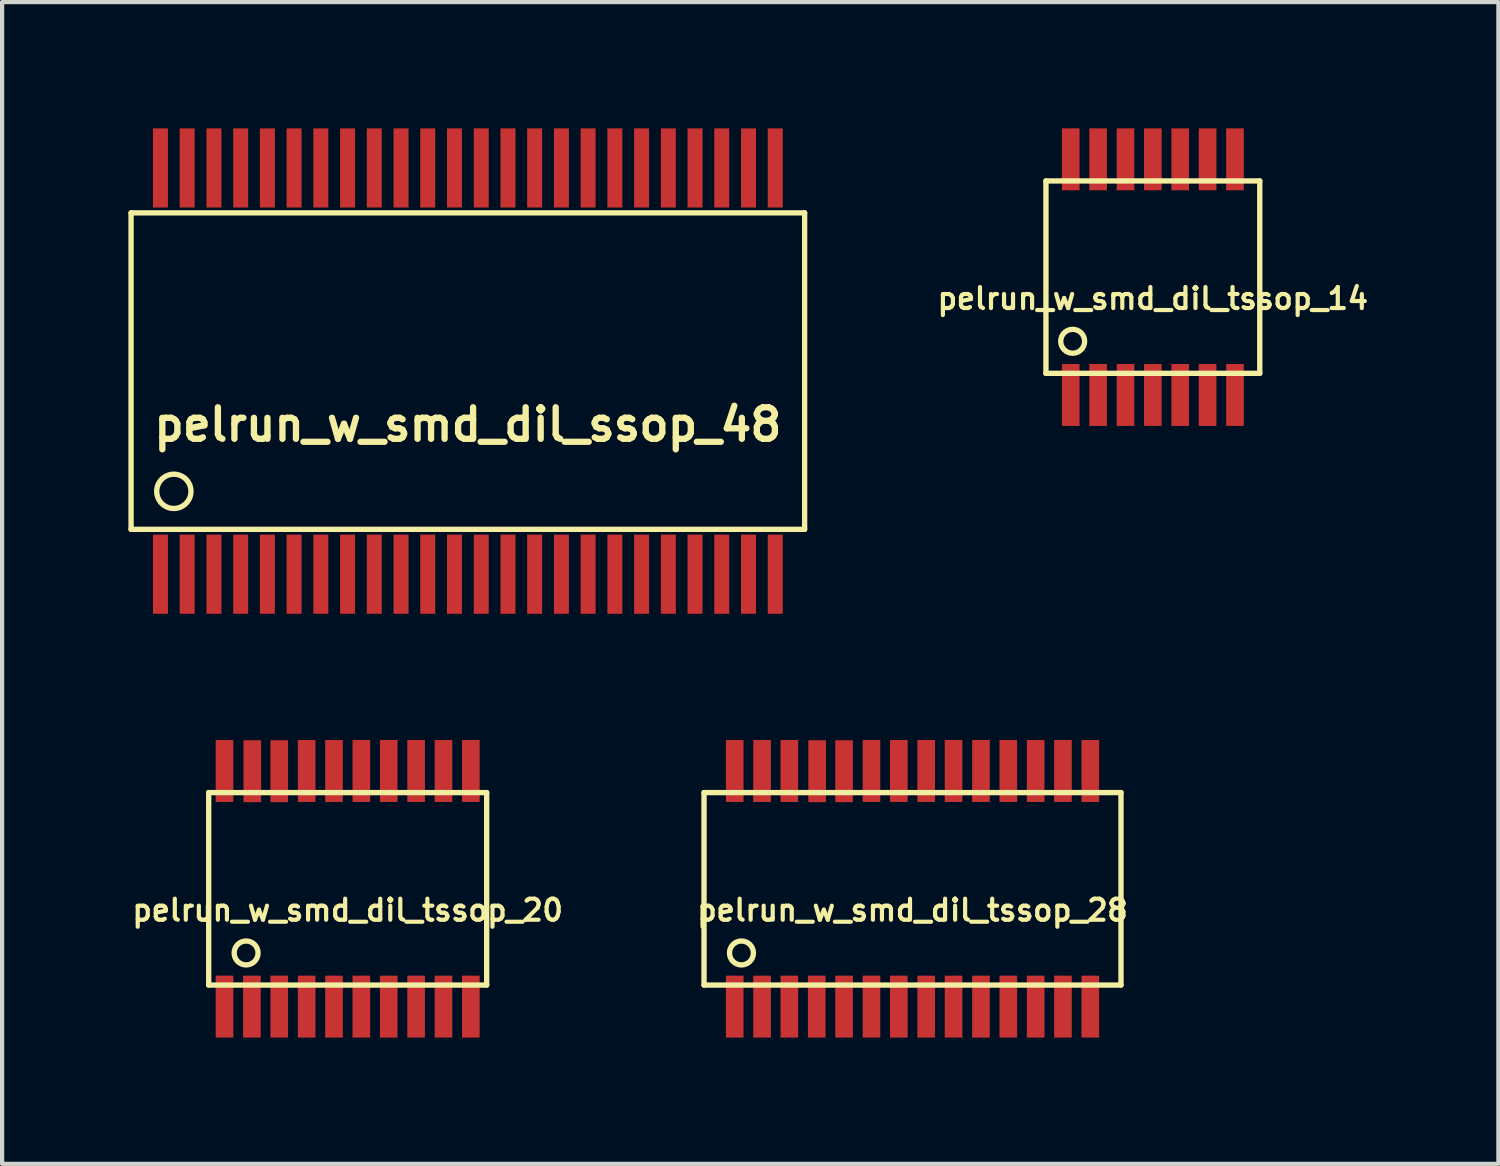
<source format=kicad_pcb>
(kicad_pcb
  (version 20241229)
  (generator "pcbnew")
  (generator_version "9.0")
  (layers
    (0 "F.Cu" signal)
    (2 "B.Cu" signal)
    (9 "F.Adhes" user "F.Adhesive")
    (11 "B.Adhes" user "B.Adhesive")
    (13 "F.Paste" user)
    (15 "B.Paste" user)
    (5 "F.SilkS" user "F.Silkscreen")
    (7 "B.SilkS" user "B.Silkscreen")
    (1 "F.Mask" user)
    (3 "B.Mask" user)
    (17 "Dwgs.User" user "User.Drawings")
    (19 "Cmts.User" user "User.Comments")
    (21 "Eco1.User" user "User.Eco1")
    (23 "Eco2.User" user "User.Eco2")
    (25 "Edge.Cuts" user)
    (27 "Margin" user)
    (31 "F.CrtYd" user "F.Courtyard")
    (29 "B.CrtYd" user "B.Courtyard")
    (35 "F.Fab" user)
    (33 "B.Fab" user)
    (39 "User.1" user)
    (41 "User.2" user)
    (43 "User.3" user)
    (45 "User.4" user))
  (footprint "pelrun_w_smd_dil_tssop_14"
    (layer "F.Cu")
    (at 24.339 3.534)
    (property "Reference" "pelrun_w_smd_dil_tssop_14" (at 0 0.508 0) (layer "F.SilkS") (effects (font (size 0.5 0.5) (thickness 0.099))))
    (attr through_hole)
    (fp_line (start -2.54 -2.286) (end -2.54 2.286) (stroke (width 0.127) (type solid)) (layer "F.SilkS"))
    (fp_line (start -2.54 2.286) (end 2.54 2.286) (stroke (width 0.127) (type solid)) (layer "F.SilkS"))
    (fp_line (start 2.54 -2.286) (end -2.54 -2.286) (stroke (width 0.127) (type solid)) (layer "F.SilkS"))
    (fp_line (start 2.54 2.286) (end 2.54 -2.286) (stroke (width 0.127) (type solid)) (layer "F.SilkS"))
    (fp_circle (center -1.905 1.524) (end -2.032 1.778) (stroke (width 0.127) (type solid)) (fill no) (layer "F.SilkS"))
    (pad "1" smd rect (at -1.951 2.799) (size 0.419 1.471) (layers "F.Cu" "F.Mask" "F.Paste"))
    (pad "2" smd rect (at -1.3 2.799) (size 0.419 1.471) (layers "F.Cu" "F.Mask" "F.Paste"))
    (pad "3" smd rect (at -0.65 2.799) (size 0.419 1.471) (layers "F.Cu" "F.Mask" "F.Paste"))
    (pad "4" smd rect (at 0 2.799) (size 0.419 1.471) (layers "F.Cu" "F.Mask" "F.Paste"))
    (pad "5" smd rect (at 0.65 2.799) (size 0.419 1.471) (layers "F.Cu" "F.Mask" "F.Paste"))
    (pad "6" smd rect (at 1.3 2.799) (size 0.419 1.471) (layers "F.Cu" "F.Mask" "F.Paste"))
    (pad "7" smd rect (at 1.951 2.799) (size 0.419 1.471) (layers "F.Cu" "F.Mask" "F.Paste"))
    (pad "8" smd rect (at 1.951 -2.799) (size 0.419 1.471) (layers "F.Cu" "F.Mask" "F.Paste"))
    (pad "9" smd rect (at 1.3 -2.799) (size 0.419 1.471) (layers "F.Cu" "F.Mask" "F.Paste"))
    (pad "10" smd rect (at 0.65 -2.799) (size 0.419 1.471) (layers "F.Cu" "F.Mask" "F.Paste"))
    (pad "11" smd rect (at 0 -2.799) (size 0.419 1.471) (layers "F.Cu" "F.Mask" "F.Paste"))
    (pad "12" smd rect (at -0.65 -2.799) (size 0.419 1.471) (layers "F.Cu" "F.Mask" "F.Paste"))
    (pad "13" smd rect (at -1.3 -2.799) (size 0.419 1.471) (layers "F.Cu" "F.Mask" "F.Paste"))
    (pad "14" smd rect (at -1.951 -2.799) (size 0.419 1.471) (layers "F.Cu" "F.Mask" "F.Paste")))
  (footprint "pelrun_w_smd_dil_tssop_28"
    (layer "F.Cu")
    (at 18.629 18.066)
    (property "Reference" "pelrun_w_smd_dil_tssop_28" (at 0 0.508 0) (layer "F.SilkS") (effects (font (size 0.5 0.5) (thickness 0.099))))
    (attr through_hole)
    (fp_line (start -4.953 -2.286) (end -4.953 2.286) (stroke (width 0.127) (type solid)) (layer "F.SilkS"))
    (fp_line (start -4.953 2.286) (end 4.953 2.286) (stroke (width 0.127) (type solid)) (layer "F.SilkS"))
    (fp_line (start 4.953 -2.286) (end -4.953 -2.286) (stroke (width 0.127) (type solid)) (layer "F.SilkS"))
    (fp_line (start 4.953 2.286) (end 4.953 -2.286) (stroke (width 0.127) (type solid)) (layer "F.SilkS"))
    (fp_circle (center -4.064 1.524) (end -4.191 1.778) (stroke (width 0.127) (type solid)) (fill no) (layer "F.SilkS"))
    (pad "1" smd rect (at -4.224 2.799) (size 0.419 1.471) (layers "F.Cu" "F.Mask" "F.Paste"))
    (pad "2" smd rect (at -3.574 2.799) (size 0.419 1.471) (layers "F.Cu" "F.Mask" "F.Paste"))
    (pad "3" smd rect (at -2.926 2.799) (size 0.419 1.471) (layers "F.Cu" "F.Mask" "F.Paste"))
    (pad "4" smd rect (at -2.276 2.799) (size 0.419 1.471) (layers "F.Cu" "F.Mask" "F.Paste"))
    (pad "5" smd rect (at -1.626 2.799) (size 0.419 1.471) (layers "F.Cu" "F.Mask" "F.Paste"))
    (pad "6" smd rect (at -0.975 2.799) (size 0.419 1.471) (layers "F.Cu" "F.Mask" "F.Paste"))
    (pad "7" smd rect (at -0.325 2.799) (size 0.419 1.471) (layers "F.Cu" "F.Mask" "F.Paste"))
    (pad "8" smd rect (at 0.325 2.799) (size 0.419 1.471) (layers "F.Cu" "F.Mask" "F.Paste"))
    (pad "9" smd rect (at 0.975 2.799) (size 0.419 1.471) (layers "F.Cu" "F.Mask" "F.Paste"))
    (pad "10" smd rect (at 1.626 2.799) (size 0.419 1.471) (layers "F.Cu" "F.Mask" "F.Paste"))
    (pad "11" smd rect (at 2.276 2.799) (size 0.419 1.471) (layers "F.Cu" "F.Mask" "F.Paste"))
    (pad "12" smd rect (at 2.926 2.799) (size 0.419 1.471) (layers "F.Cu" "F.Mask" "F.Paste"))
    (pad "13" smd rect (at 3.574 2.799) (size 0.419 1.471) (layers "F.Cu" "F.Mask" "F.Paste"))
    (pad "14" smd rect (at 4.224 2.799) (size 0.419 1.471) (layers "F.Cu" "F.Mask" "F.Paste"))
    (pad "15" smd rect (at 4.224 -2.799) (size 0.419 1.471) (layers "F.Cu" "F.Mask" "F.Paste"))
    (pad "16" smd rect (at 3.574 -2.799) (size 0.419 1.471) (layers "F.Cu" "F.Mask" "F.Paste"))
    (pad "17" smd rect (at 2.926 -2.799) (size 0.419 1.471) (layers "F.Cu" "F.Mask" "F.Paste"))
    (pad "18" smd rect (at 2.276 -2.799) (size 0.419 1.471) (layers "F.Cu" "F.Mask" "F.Paste"))
    (pad "19" smd rect (at 1.626 -2.799) (size 0.419 1.471) (layers "F.Cu" "F.Mask" "F.Paste"))
    (pad "20" smd rect (at 0.975 -2.799) (size 0.419 1.471) (layers "F.Cu" "F.Mask" "F.Paste"))
    (pad "21" smd rect (at 0.325 -2.799) (size 0.419 1.471) (layers "F.Cu" "F.Mask" "F.Paste"))
    (pad "22" smd rect (at -0.325 -2.799) (size 0.419 1.471) (layers "F.Cu" "F.Mask" "F.Paste"))
    (pad "23" smd rect (at -0.975 -2.799) (size 0.419 1.471) (layers "F.Cu" "F.Mask" "F.Paste"))
    (pad "24" smd rect (at -1.626 -2.794) (size 0.419 1.471) (layers "F.Cu" "F.Mask" "F.Paste"))
    (pad "25" smd rect (at -2.266 -2.794) (size 0.419 1.471) (layers "F.Cu" "F.Mask" "F.Paste"))
    (pad "26" smd rect (at -2.926 -2.799) (size 0.419 1.471) (layers "F.Cu" "F.Mask" "F.Paste"))
    (pad "27" smd rect (at -3.574 -2.799) (size 0.419 1.471) (layers "F.Cu" "F.Mask" "F.Paste"))
    (pad "28" smd rect (at -4.224 -2.799) (size 0.419 1.471) (layers "F.Cu" "F.Mask" "F.Paste")))
  (footprint "pelrun_w_smd_dil_ssop_48"
    (layer "F.Cu")
    (at 8.065 5.766)
    (property "Reference" "pelrun_w_smd_dil_ssop_48" (at 0 1.27 0) (layer "F.SilkS") (effects (font (size 0.749 0.749) (thickness 0.15))))
    (attr through_hole)
    (fp_line (start -8.001 -3.759) (end -8.001 3.759) (stroke (width 0.127) (type solid)) (layer "F.SilkS"))
    (fp_line (start -8.001 3.759) (end 8.001 3.759) (stroke (width 0.127) (type solid)) (layer "F.SilkS"))
    (fp_line (start 8.001 -3.759) (end -8.001 -3.759) (stroke (width 0.127) (type solid)) (layer "F.SilkS"))
    (fp_line (start 8.001 3.759) (end 8.001 -3.759) (stroke (width 0.127) (type solid)) (layer "F.SilkS"))
    (fp_circle (center -6.985 2.857) (end -7.239 3.175) (stroke (width 0.127) (type solid)) (fill no) (layer "F.SilkS"))
    (pad "1" smd rect (at -7.303 4.826) (size 0.356 1.88) (layers "F.Cu" "F.Mask" "F.Paste"))
    (pad "2" smd rect (at -6.668 4.826) (size 0.356 1.88) (layers "F.Cu" "F.Mask" "F.Paste"))
    (pad "3" smd rect (at -6.032 4.826) (size 0.356 1.88) (layers "F.Cu" "F.Mask" "F.Paste"))
    (pad "4" smd rect (at -5.397 4.826) (size 0.356 1.88) (layers "F.Cu" "F.Mask" "F.Paste"))
    (pad "5" smd rect (at -4.763 4.826) (size 0.356 1.88) (layers "F.Cu" "F.Mask" "F.Paste"))
    (pad "6" smd rect (at -4.128 4.826) (size 0.356 1.88) (layers "F.Cu" "F.Mask" "F.Paste"))
    (pad "7" smd rect (at -3.493 4.826) (size 0.356 1.88) (layers "F.Cu" "F.Mask" "F.Paste"))
    (pad "8" smd rect (at -2.857 4.826) (size 0.356 1.88) (layers "F.Cu" "F.Mask" "F.Paste"))
    (pad "9" smd rect (at -2.223 4.826) (size 0.356 1.88) (layers "F.Cu" "F.Mask" "F.Paste"))
    (pad "10" smd rect (at -1.587 4.826) (size 0.356 1.88) (layers "F.Cu" "F.Mask" "F.Paste"))
    (pad "11" smd rect (at -0.953 4.826) (size 0.356 1.88) (layers "F.Cu" "F.Mask" "F.Paste"))
    (pad "12" smd rect (at -0.318 4.826) (size 0.356 1.88) (layers "F.Cu" "F.Mask" "F.Paste"))
    (pad "13" smd rect (at 0.318 4.826) (size 0.356 1.88) (layers "F.Cu" "F.Mask" "F.Paste"))
    (pad "14" smd rect (at 0.953 4.826) (size 0.356 1.88) (layers "F.Cu" "F.Mask" "F.Paste"))
    (pad "15" smd rect (at 1.587 4.826) (size 0.356 1.88) (layers "F.Cu" "F.Mask" "F.Paste"))
    (pad "16" smd rect (at 2.223 4.826) (size 0.356 1.88) (layers "F.Cu" "F.Mask" "F.Paste"))
    (pad "17" smd rect (at 2.857 4.826) (size 0.356 1.88) (layers "F.Cu" "F.Mask" "F.Paste"))
    (pad "18" smd rect (at 3.493 4.826) (size 0.356 1.88) (layers "F.Cu" "F.Mask" "F.Paste"))
    (pad "19" smd rect (at 4.128 4.826) (size 0.356 1.88) (layers "F.Cu" "F.Mask" "F.Paste"))
    (pad "20" smd rect (at 4.763 4.826) (size 0.356 1.88) (layers "F.Cu" "F.Mask" "F.Paste"))
    (pad "21" smd rect (at 5.397 4.826) (size 0.356 1.88) (layers "F.Cu" "F.Mask" "F.Paste"))
    (pad "22" smd rect (at 6.032 4.826) (size 0.356 1.88) (layers "F.Cu" "F.Mask" "F.Paste"))
    (pad "23" smd rect (at 6.668 4.826) (size 0.356 1.88) (layers "F.Cu" "F.Mask" "F.Paste"))
    (pad "24" smd rect (at 7.303 4.826) (size 0.356 1.88) (layers "F.Cu" "F.Mask" "F.Paste"))
    (pad "25" smd rect (at 7.303 -4.826) (size 0.356 1.88) (layers "F.Cu" "F.Mask" "F.Paste"))
    (pad "26" smd rect (at 6.668 -4.826) (size 0.356 1.88) (layers "F.Cu" "F.Mask" "F.Paste"))
    (pad "27" smd rect (at 6.032 -4.826) (size 0.356 1.88) (layers "F.Cu" "F.Mask" "F.Paste"))
    (pad "28" smd rect (at 5.397 -4.826) (size 0.356 1.88) (layers "F.Cu" "F.Mask" "F.Paste"))
    (pad "29" smd rect (at 4.763 -4.826) (size 0.356 1.88) (layers "F.Cu" "F.Mask" "F.Paste"))
    (pad "30" smd rect (at 4.128 -4.826) (size 0.356 1.88) (layers "F.Cu" "F.Mask" "F.Paste"))
    (pad "31" smd rect (at 3.493 -4.826) (size 0.356 1.88) (layers "F.Cu" "F.Mask" "F.Paste"))
    (pad "32" smd rect (at 2.857 -4.826) (size 0.356 1.88) (layers "F.Cu" "F.Mask" "F.Paste"))
    (pad "33" smd rect (at 2.223 -4.826) (size 0.356 1.88) (layers "F.Cu" "F.Mask" "F.Paste"))
    (pad "34" smd rect (at 1.587 -4.826) (size 0.356 1.88) (layers "F.Cu" "F.Mask" "F.Paste"))
    (pad "35" smd rect (at 0.953 -4.826) (size 0.356 1.88) (layers "F.Cu" "F.Mask" "F.Paste"))
    (pad "36" smd rect (at 0.318 -4.826) (size 0.356 1.88) (layers "F.Cu" "F.Mask" "F.Paste"))
    (pad "37" smd rect (at -0.318 -4.826) (size 0.356 1.88) (layers "F.Cu" "F.Mask" "F.Paste"))
    (pad "38" smd rect (at -0.953 -4.826) (size 0.356 1.88) (layers "F.Cu" "F.Mask" "F.Paste"))
    (pad "39" smd rect (at -1.587 -4.826) (size 0.356 1.88) (layers "F.Cu" "F.Mask" "F.Paste"))
    (pad "40" smd rect (at -2.223 -4.826) (size 0.356 1.88) (layers "F.Cu" "F.Mask" "F.Paste"))
    (pad "41" smd rect (at -2.857 -4.826) (size 0.356 1.88) (layers "F.Cu" "F.Mask" "F.Paste"))
    (pad "42" smd rect (at -3.493 -4.826) (size 0.356 1.88) (layers "F.Cu" "F.Mask" "F.Paste"))
    (pad "43" smd rect (at -4.128 -4.826) (size 0.356 1.88) (layers "F.Cu" "F.Mask" "F.Paste"))
    (pad "44" smd rect (at -4.763 -4.826) (size 0.356 1.88) (layers "F.Cu" "F.Mask" "F.Paste"))
    (pad "45" smd rect (at -5.397 -4.826) (size 0.356 1.88) (layers "F.Cu" "F.Mask" "F.Paste"))
    (pad "46" smd rect (at -6.032 -4.826) (size 0.356 1.88) (layers "F.Cu" "F.Mask" "F.Paste"))
    (pad "47" smd rect (at -6.668 -4.826) (size 0.356 1.88) (layers "F.Cu" "F.Mask" "F.Paste"))
    (pad "48" smd rect (at -7.303 -4.826) (size 0.356 1.88) (layers "F.Cu" "F.Mask" "F.Paste")))
  (footprint "pelrun_w_smd_dil_tssop_20"
    (layer "F.Cu")
    (at 5.21 18.066)
    (property "Reference" "pelrun_w_smd_dil_tssop_20" (at 0 0.508 0) (layer "F.SilkS") (effects (font (size 0.5 0.5) (thickness 0.099))))
    (attr through_hole)
    (fp_line (start -3.302 -2.286) (end -3.302 2.286) (stroke (width 0.127) (type solid)) (layer "F.SilkS"))
    (fp_line (start -3.302 2.286) (end 3.302 2.286) (stroke (width 0.127) (type solid)) (layer "F.SilkS"))
    (fp_line (start 3.302 -2.286) (end -3.302 -2.286) (stroke (width 0.127) (type solid)) (layer "F.SilkS"))
    (fp_line (start 3.302 2.286) (end 3.302 -2.286) (stroke (width 0.127) (type solid)) (layer "F.SilkS"))
    (fp_circle (center -2.413 1.524) (end -2.54 1.778) (stroke (width 0.127) (type solid)) (fill no) (layer "F.SilkS"))
    (pad "1" smd rect (at -2.926 2.799) (size 0.419 1.471) (layers "F.Cu" "F.Mask" "F.Paste"))
    (pad "2" smd rect (at -2.276 2.799) (size 0.419 1.471) (layers "F.Cu" "F.Mask" "F.Paste"))
    (pad "3" smd rect (at -1.626 2.799) (size 0.419 1.471) (layers "F.Cu" "F.Mask" "F.Paste"))
    (pad "4" smd rect (at -0.975 2.799) (size 0.419 1.471) (layers "F.Cu" "F.Mask" "F.Paste"))
    (pad "5" smd rect (at -0.325 2.799) (size 0.419 1.471) (layers "F.Cu" "F.Mask" "F.Paste"))
    (pad "6" smd rect (at 0.325 2.799) (size 0.419 1.471) (layers "F.Cu" "F.Mask" "F.Paste"))
    (pad "7" smd rect (at 0.975 2.799) (size 0.419 1.471) (layers "F.Cu" "F.Mask" "F.Paste"))
    (pad "8" smd rect (at 1.626 2.799) (size 0.419 1.471) (layers "F.Cu" "F.Mask" "F.Paste"))
    (pad "9" smd rect (at 2.276 2.799) (size 0.419 1.471) (layers "F.Cu" "F.Mask" "F.Paste"))
    (pad "10" smd rect (at 2.926 2.799) (size 0.419 1.471) (layers "F.Cu" "F.Mask" "F.Paste"))
    (pad "11" smd rect (at 2.926 -2.799) (size 0.419 1.471) (layers "F.Cu" "F.Mask" "F.Paste"))
    (pad "12" smd rect (at 2.276 -2.799) (size 0.419 1.471) (layers "F.Cu" "F.Mask" "F.Paste"))
    (pad "13" smd rect (at 1.626 -2.799) (size 0.419 1.471) (layers "F.Cu" "F.Mask" "F.Paste"))
    (pad "14" smd rect (at 0.975 -2.799) (size 0.419 1.471) (layers "F.Cu" "F.Mask" "F.Paste"))
    (pad "15" smd rect (at 0.325 -2.799) (size 0.419 1.471) (layers "F.Cu" "F.Mask" "F.Paste"))
    (pad "16" smd rect (at -0.325 -2.799) (size 0.419 1.471) (layers "F.Cu" "F.Mask" "F.Paste"))
    (pad "17" smd rect (at -0.975 -2.799) (size 0.419 1.471) (layers "F.Cu" "F.Mask" "F.Paste"))
    (pad "18" smd rect (at -1.626 -2.794) (size 0.419 1.471) (layers "F.Cu" "F.Mask" "F.Paste"))
    (pad "19" smd rect (at -2.266 -2.794) (size 0.419 1.471) (layers "F.Cu" "F.Mask" "F.Paste"))
    (pad "20" smd rect (at -2.926 -2.799) (size 0.419 1.471) (layers "F.Cu" "F.Mask" "F.Paste")))
  (gr_rect
    (start -3 -3)
    (end 32.548 24.6)
    (stroke (width 0.1) (type default))
    (fill no)
    (layer "Edge.Cuts")))
</source>
